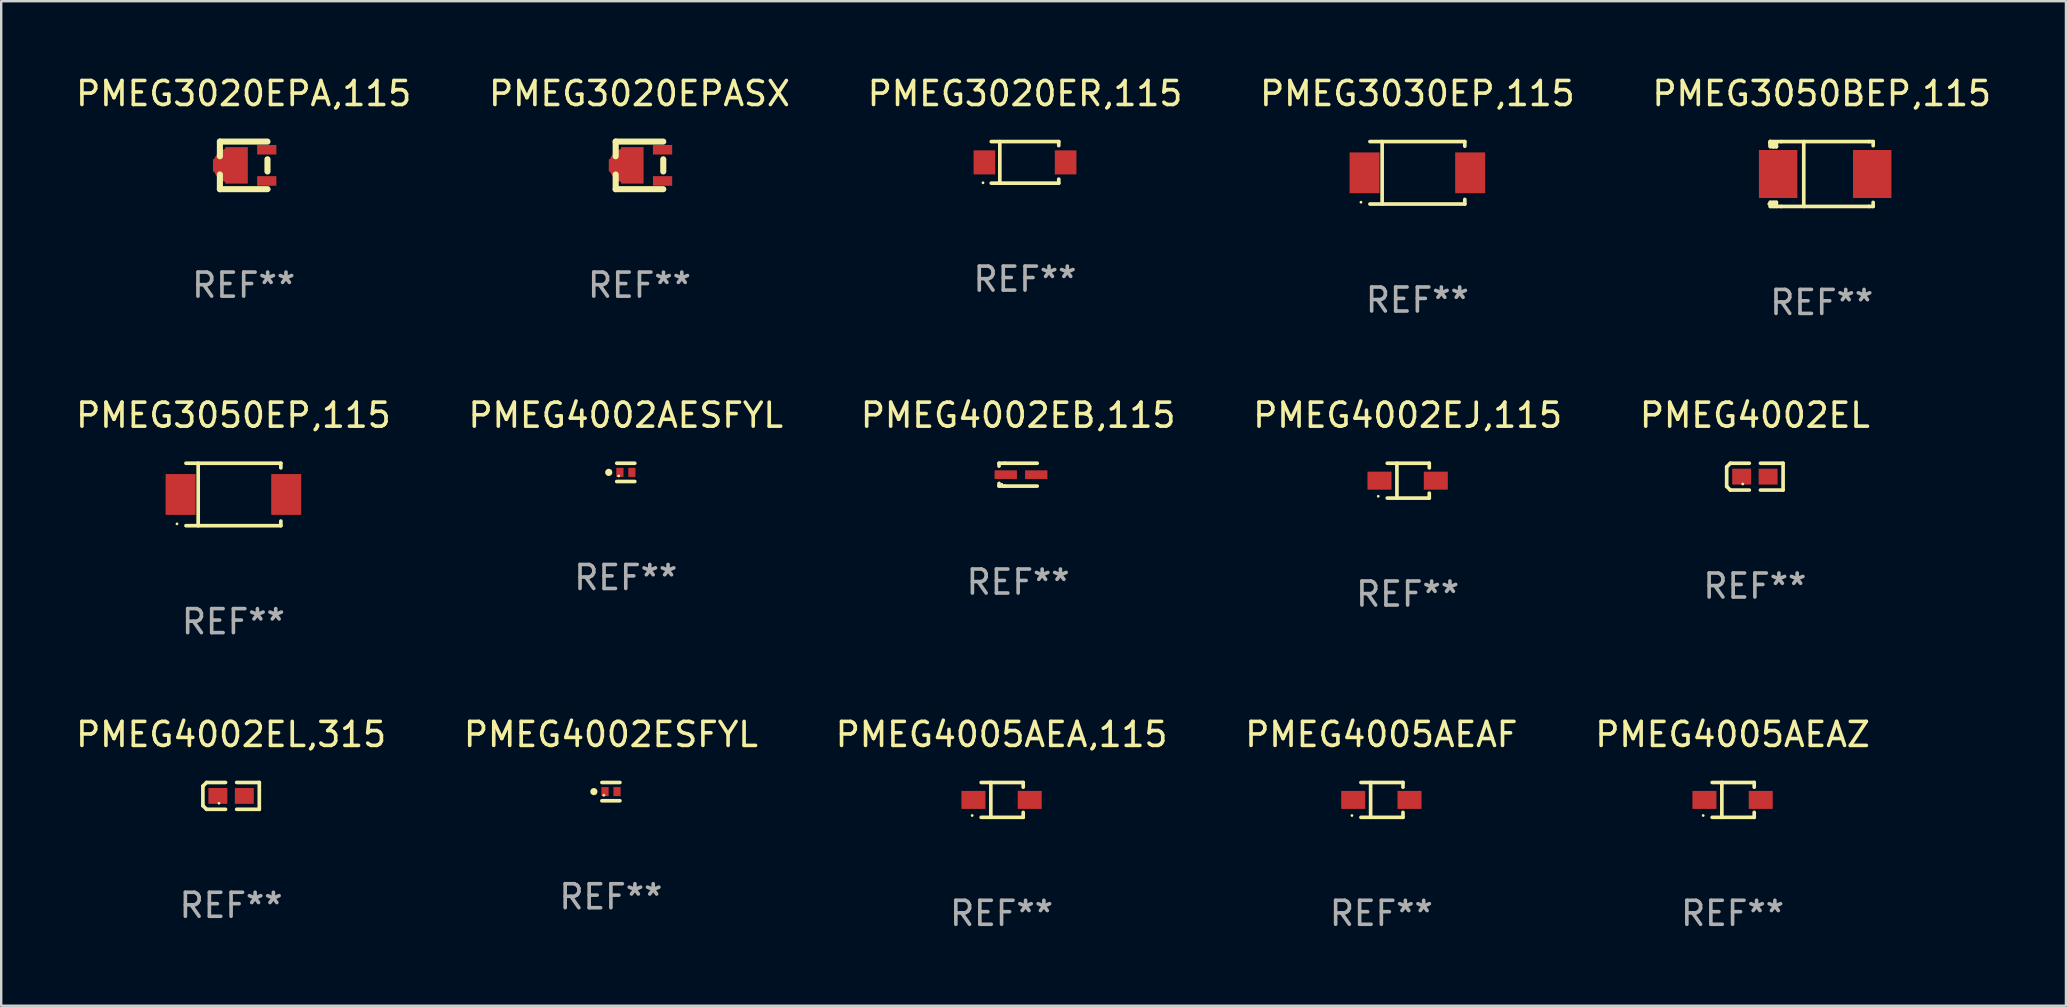
<source format=kicad_pcb>
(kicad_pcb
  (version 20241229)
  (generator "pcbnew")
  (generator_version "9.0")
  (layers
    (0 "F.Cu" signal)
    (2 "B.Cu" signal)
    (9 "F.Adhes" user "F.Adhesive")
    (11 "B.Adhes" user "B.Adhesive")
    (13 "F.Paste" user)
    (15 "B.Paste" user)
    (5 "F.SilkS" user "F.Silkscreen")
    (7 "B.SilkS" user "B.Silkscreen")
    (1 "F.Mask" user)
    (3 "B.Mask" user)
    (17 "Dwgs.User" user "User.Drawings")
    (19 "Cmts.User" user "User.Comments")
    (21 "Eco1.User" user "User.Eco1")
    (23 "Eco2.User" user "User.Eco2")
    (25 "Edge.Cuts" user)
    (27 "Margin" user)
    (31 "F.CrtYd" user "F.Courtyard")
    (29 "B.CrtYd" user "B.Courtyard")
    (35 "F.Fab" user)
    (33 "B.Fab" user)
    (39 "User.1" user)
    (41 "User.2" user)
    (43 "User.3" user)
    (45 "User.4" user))
  (footprint "PMEG4002AESFYL"
    (layer "F.Cu")
    (at 23.018 16.628)
    (property "Reference" "PMEG4002AESFYL" (at 0 -2.381 0) (layer "F.SilkS") (effects (font (size 1 1) (thickness 0.15))))
    (attr through_hole)
    (fp_line (start -0.376 -0.381) (end 0.376 -0.381) (stroke (width 0.152) (type solid)) (layer "F.SilkS"))
    (fp_line (start -0.376 0.381) (end 0.376 0.381) (stroke (width 0.152) (type solid)) (layer "F.SilkS"))
    (fp_circle (center -0.709 0) (end -0.634 0) (stroke (width 0.15) (type solid)) (fill no) (layer "F.SilkS"))
    (fp_circle (center -0.295 0.15) (end -0.265 0.15) (stroke (width 0.06) (type solid)) (fill no) (layer "F.SilkS"))
    (fp_text user "REF**" (at 0 4.381 0) (layer "F.Fab") (effects (font (size 1 1) (thickness 0.15))))
    (pad "1" smd rect (at -0.245 0) (size 0.3 0.378) (layers "F.Cu" "F.Mask" "F.Paste"))
    (pad "2" smd rect (at 0.254 0) (size 0.3 0.378) (layers "F.Cu" "F.Mask" "F.Paste")))
  (footprint "PMEG4002EJ,115"
    (layer "F.Cu")
    (at 55.589 16.973)
    (property "Reference" "PMEG4002EJ,115" (at 0 -2.726 0) (layer "F.SilkS") (effects (font (size 1 1) (thickness 0.15))))
    (attr through_hole)
    (fp_line (start -0.851 -0.726) (end 0.901 -0.726) (stroke (width 0.152) (type solid)) (layer "F.SilkS"))
    (fp_line (start -0.851 0.726) (end 0.901 0.726) (stroke (width 0.152) (type solid)) (layer "F.SilkS"))
    (fp_line (start -0.447 -0.726) (end -0.447 0.726) (stroke (width 0.152) (type solid)) (layer "F.SilkS"))
    (fp_line (start 0.901 -0.726) (end 0.901 -0.53) (stroke (width 0.152) (type solid)) (layer "F.SilkS"))
    (fp_line (start 0.901 0.726) (end 0.901 0.52) (stroke (width 0.152) (type solid)) (layer "F.SilkS"))
    (fp_circle (center -1.225 0.65) (end -1.195 0.65) (stroke (width 0.06) (type solid)) (fill no) (layer "F.SilkS"))
    (fp_text user "REF**" (at 0 4.726 0) (layer "F.Fab") (effects (font (size 1 1) (thickness 0.15))))
    (pad "1" smd rect (at -1.173 0) (size 1 0.75) (layers "F.Cu" "F.Mask" "F.Paste"))
    (pad "2" smd rect (at 1.173 0) (size 1 0.75) (layers "F.Cu" "F.Mask" "F.Paste")))
  (footprint "PMEG4002EL"
    (layer "F.Cu")
    (at 70.054 16.806)
    (property "Reference" "PMEG4002EL" (at 0 -2.559 0) (layer "F.SilkS") (effects (font (size 1 1) (thickness 0.15))))
    (attr through_hole)
    (fp_line (start -1.175 -0.407) (end -1.023 -0.559) (stroke (width 0.152) (type solid)) (layer "F.SilkS"))
    (fp_line (start -1.175 0.407) (end -1.175 -0.407) (stroke (width 0.152) (type solid)) (layer "F.SilkS"))
    (fp_line (start -1.023 -0.559) (end -0.232 -0.559) (stroke (width 0.152) (type solid)) (layer "F.SilkS"))
    (fp_line (start -1.023 0.559) (end -1.175 0.407) (stroke (width 0.152) (type solid)) (layer "F.SilkS"))
    (fp_line (start -0.232 0.559) (end -1.023 0.559) (stroke (width 0.152) (type solid)) (layer "F.SilkS"))
    (fp_line (start 0.232 0.559) (end 1.175 0.559) (stroke (width 0.152) (type solid)) (layer "F.SilkS"))
    (fp_line (start 1.175 -0.559) (end 0.232 -0.559) (stroke (width 0.152) (type solid)) (layer "F.SilkS"))
    (fp_line (start 1.175 0.559) (end 1.175 -0.559) (stroke (width 0.152) (type solid)) (layer "F.SilkS"))
    (fp_circle (center -0.506 0.306) (end -0.476 0.306) (stroke (width 0.06) (type solid)) (fill no) (layer "F.SilkS"))
    (fp_text user "REF**" (at 0 4.559 0) (layer "F.Fab") (effects (font (size 1 1) (thickness 0.15))))
    (pad "1" smd rect (at -0.551 0) (size 0.79 0.661) (layers "F.Cu" "F.Mask" "F.Paste"))
    (pad "2" smd rect (at 0.551 0) (size 0.79 0.661) (layers "F.Cu" "F.Mask" "F.Paste")))
  (footprint "PMEG3020EPASX"
    (layer "F.Cu")
    (at 23.589 3.839)
    (property "Reference" "PMEG3020EPASX" (at 0 -2.991 0) (layer "F.SilkS") (effects (font (size 1 1) (thickness 0.15))))
    (attr through_hole)
    (fp_line (start -0.991 -0.991) (end -0.991 -0.381) (stroke (width 0.254) (type solid)) (layer "F.SilkS"))
    (fp_line (start -0.991 0.381) (end -0.991 0.991) (stroke (width 0.254) (type solid)) (layer "F.SilkS"))
    (fp_line (start -0.991 0.991) (end 0.991 0.991) (stroke (width 0.254) (type solid)) (layer "F.SilkS"))
    (fp_line (start 0.991 -0.991) (end -0.991 -0.991) (stroke (width 0.254) (type solid)) (layer "F.SilkS"))
    (fp_line (start 0.991 -0.254) (end 0.991 0.254) (stroke (width 0.254) (type solid)) (layer "F.SilkS"))
    (fp_circle (center 1.054 0.999) (end 1.084 0.999) (stroke (width 0.06) (type solid)) (fill no) (layer "F.SilkS"))
    (fp_text user "REF**" (at 0 4.991 0) (layer "F.Fab") (effects (font (size 1 1) (thickness 0.15))))
    (pad "1" smd rect (at 0.962 0.649 270) (size 0.399 0.8) (layers "F.Cu" "F.Mask" "F.Paste"))
    (pad "2" smd rect (at 0.962 -0.651 270) (size 0.399 0.8) (layers "F.Cu" "F.Mask" "F.Paste"))
    (pad "3" smd custom (at -0.553 -0.001) (size 1.45 1.52) (layers "F.Cu" "F.Mask" "F.Paste") (options (anchor circle)) (primitives (gr_poly (pts (xy -0.725 -0.26) (xy -0.225 -0.26) (xy -0.215 -0.26) (xy -0.215 -0.76) (xy 0.725 -0.76) (xy 0.725 0.75) (xy 0.725 0.76) (xy -0.205 0.76) (xy -0.215 0.76) (xy -0.215 0.75) (xy -0.215 0.26) (xy -0.725 0.26)) (width 0) (fill yes)))))
  (footprint "PMEG3050BEP,115"
    (layer "F.Cu")
    (at 72.839 4.199)
    (property "Reference" "PMEG3050BEP,115" (at 0 -3.351 0) (layer "F.SilkS") (effects (font (size 1 1) (thickness 0.15))))
    (attr through_hole)
    (fp_line (start -2.143 -1.351) (end -2.143 -1.27) (stroke (width 0.152) (type solid)) (layer "F.SilkS"))
    (fp_line (start -2.143 -1.351) (end -2.143 -1.143) (stroke (width 0.152) (type solid)) (layer "F.SilkS"))
    (fp_line (start -2.143 -1.27) (end -2.016 -1.27) (stroke (width 0.152) (type solid)) (layer "F.SilkS"))
    (fp_line (start -2.143 -1.18) (end -2.143 -1.351) (stroke (width 0.152) (type solid)) (layer "F.SilkS"))
    (fp_line (start -2.143 -1.143) (end -2.016 -1.143) (stroke (width 0.152) (type solid)) (layer "F.SilkS"))
    (fp_line (start -2.143 1.351) (end -2.143 1.18) (stroke (width 0.152) (type solid)) (layer "F.SilkS"))
    (fp_line (start -2.016 -1.27) (end -2.016 -1.18) (stroke (width 0.152) (type solid)) (layer "F.SilkS"))
    (fp_line (start -2.016 -1.18) (end -1.897 -1.18) (stroke (width 0.152) (type solid)) (layer "F.SilkS"))
    (fp_line (start -2.016 -1.143) (end -2.016 -1.18) (stroke (width 0.152) (type solid)) (layer "F.SilkS"))
    (fp_line (start -2.016 -1.143) (end -2.007 -1.143) (stroke (width 0.152) (type solid)) (layer "F.SilkS"))
    (fp_line (start -2.007 -1.143) (end -2.007 -1.143) (stroke (width 0.152) (type solid)) (layer "F.SilkS"))
    (fp_line (start -2.007 1.18) (end -2.007 1.351) (stroke (width 0.152) (type solid)) (layer "F.SilkS"))
    (fp_line (start -1.89 -1.143) (end -1.89 -1.143) (stroke (width 0.152) (type solid)) (layer "F.SilkS"))
    (fp_line (start -1.89 1.18) (end -2.143 1.18) (stroke (width 0.152) (type solid)) (layer "F.SilkS"))
    (fp_line (start -1.89 1.18) (end -1.89 1.351) (stroke (width 0.152) (type solid)) (layer "F.SilkS"))
    (fp_line (start -1.889 -1.143) (end -2.016 -1.143) (stroke (width 0.152) (type solid)) (layer "F.SilkS"))
    (fp_line (start -1.889 -1.143) (end -1.89 -1.143) (stroke (width 0.152) (type solid)) (layer "F.SilkS"))
    (fp_line (start -1.889 -1.143) (end -1.889 -1.314) (stroke (width 0.152) (type solid)) (layer "F.SilkS"))
    (fp_line (start -1.683 -1.351) (end -2.143 -1.351) (stroke (width 0.152) (type solid)) (layer "F.SilkS"))
    (fp_line (start -1.683 -1.351) (end 1.969 -1.351) (stroke (width 0.152) (type solid)) (layer "F.SilkS"))
    (fp_line (start -1.683 1.351) (end -2.143 1.351) (stroke (width 0.152) (type solid)) (layer "F.SilkS"))
    (fp_line (start -1.683 1.351) (end 1.969 1.351) (stroke (width 0.152) (type solid)) (layer "F.SilkS"))
    (fp_line (start -0.749 -1.351) (end -0.749 1.351) (stroke (width 0.152) (type solid)) (layer "F.SilkS"))
    (fp_line (start 1.969 -1.351) (end 2.143 -1.351) (stroke (width 0.152) (type solid)) (layer "F.SilkS"))
    (fp_line (start 2.142 1.181) (end 2.142 1.351) (stroke (width 0.152) (type solid)) (layer "F.SilkS"))
    (fp_line (start 2.142 1.351) (end 1.969 1.351) (stroke (width 0.152) (type solid)) (layer "F.SilkS"))
    (fp_line (start 2.143 -1.351) (end 2.143 -1.18) (stroke (width 0.152) (type solid)) (layer "F.SilkS"))
    (fp_circle (center -2.207 1.25) (end -2.177 1.25) (stroke (width 0.06) (type solid)) (fill no) (layer "F.SilkS"))
    (fp_text user "REF**" (at 0 5.351 0) (layer "F.Fab") (effects (font (size 1 1) (thickness 0.15))))
    (pad "1" smd rect (at -1.817 0.000102) (size 1.6 2) (layers "F.Cu" "F.Mask" "F.Paste"))
    (pad "2" smd rect (at 2.103 0.000102) (size 1.6 2) (layers "F.Cu" "F.Mask" "F.Paste")))
  (footprint "PMEG4005AEAZ"
    (layer "F.Cu")
    (at 69.125 30.272)
    (property "Reference" "PMEG4005AEAZ" (at 0 -2.726 0) (layer "F.SilkS") (effects (font (size 1 1) (thickness 0.15))))
    (attr through_hole)
    (fp_line (start -0.851 -0.726) (end 0.901 -0.726) (stroke (width 0.152) (type solid)) (layer "F.SilkS"))
    (fp_line (start -0.851 0.726) (end 0.901 0.726) (stroke (width 0.152) (type solid)) (layer "F.SilkS"))
    (fp_line (start -0.447 -0.726) (end -0.447 0.726) (stroke (width 0.152) (type solid)) (layer "F.SilkS"))
    (fp_line (start 0.901 -0.726) (end 0.901 -0.53) (stroke (width 0.152) (type solid)) (layer "F.SilkS"))
    (fp_line (start 0.901 0.726) (end 0.901 0.52) (stroke (width 0.152) (type solid)) (layer "F.SilkS"))
    (fp_circle (center -1.225 0.65) (end -1.195 0.65) (stroke (width 0.06) (type solid)) (fill no) (layer "F.SilkS"))
    (fp_text user "REF**" (at 0 4.726 0) (layer "F.Fab") (effects (font (size 1 1) (thickness 0.15))))
    (pad "1" smd rect (at -1.173 0) (size 1 0.75) (layers "F.Cu" "F.Mask" "F.Paste"))
    (pad "2" smd rect (at 1.173 0) (size 1 0.75) (layers "F.Cu" "F.Mask" "F.Paste")))
  (footprint "PMEG3050EP,115"
    (layer "F.Cu")
    (at 6.673 17.548)
    (property "Reference" "PMEG3050EP,115" (at 0 -3.301 0) (layer "F.SilkS") (effects (font (size 1 1) (thickness 0.15))))
    (attr through_hole)
    (fp_line (start -1.976 -1.301) (end 1.976 -1.301) (stroke (width 0.152) (type solid)) (layer "F.SilkS"))
    (fp_line (start -1.976 1.301) (end 1.976 1.301) (stroke (width 0.152) (type solid)) (layer "F.SilkS"))
    (fp_line (start -1.467 -1.301) (end -1.467 1.301) (stroke (width 0.152) (type solid)) (layer "F.SilkS"))
    (fp_line (start 1.976 -1.301) (end 1.976 -1.108) (stroke (width 0.152) (type solid)) (layer "F.SilkS"))
    (fp_line (start 1.976 1.301) (end 1.976 1.108) (stroke (width 0.152) (type solid)) (layer "F.SilkS"))
    (fp_circle (center -2.35 1.225) (end -2.32 1.225) (stroke (width 0.06) (type solid)) (fill no) (layer "F.SilkS"))
    (fp_text user "REF**" (at 0 5.301 0) (layer "F.Fab") (effects (font (size 1 1) (thickness 0.15))))
    (pad "1" smd rect (at -2.2 0 180) (size 1.25 1.7) (layers "F.Cu" "F.Mask" "F.Paste"))
    (pad "2" smd rect (at 2.2 0 180) (size 1.25 1.7) (layers "F.Cu" "F.Mask" "F.Paste")))
  (footprint "PMEG3020EPA,115"
    (layer "F.Cu")
    (at 7.101 3.839)
    (property "Reference" "PMEG3020EPA,115" (at 0 -2.991 0) (layer "F.SilkS") (effects (font (size 1 1) (thickness 0.15))))
    (attr through_hole)
    (fp_line (start -0.991 -0.991) (end -0.991 -0.381) (stroke (width 0.254) (type solid)) (layer "F.SilkS"))
    (fp_line (start -0.991 0.381) (end -0.991 0.991) (stroke (width 0.254) (type solid)) (layer "F.SilkS"))
    (fp_line (start -0.991 0.991) (end 0.991 0.991) (stroke (width 0.254) (type solid)) (layer "F.SilkS"))
    (fp_line (start 0.991 -0.991) (end -0.991 -0.991) (stroke (width 0.254) (type solid)) (layer "F.SilkS"))
    (fp_line (start 0.991 -0.254) (end 0.991 0.254) (stroke (width 0.254) (type solid)) (layer "F.SilkS"))
    (fp_circle (center 1.054 0.999) (end 1.084 0.999) (stroke (width 0.06) (type solid)) (fill no) (layer "F.SilkS"))
    (fp_text user "REF**" (at 0 4.991 0) (layer "F.Fab") (effects (font (size 1 1) (thickness 0.15))))
    (pad "1" smd rect (at 0.962 0.649 270) (size 0.399 0.8) (layers "F.Cu" "F.Mask" "F.Paste"))
    (pad "2" smd rect (at 0.962 -0.651 270) (size 0.399 0.8) (layers "F.Cu" "F.Mask" "F.Paste"))
    (pad "3" smd custom (at -0.553 -0.001) (size 1.45 1.52) (layers "F.Cu" "F.Mask" "F.Paste") (options (anchor circle)) (primitives (gr_poly (pts (xy -0.725 -0.26) (xy -0.225 -0.26) (xy -0.215 -0.26) (xy -0.215 -0.76) (xy 0.725 -0.76) (xy 0.725 0.75) (xy 0.725 0.76) (xy -0.205 0.76) (xy -0.215 0.76) (xy -0.215 0.75) (xy -0.215 0.26) (xy -0.725 0.26)) (width 0) (fill yes)))))
  (footprint "PMEG4002ESFYL"
    (layer "F.Cu")
    (at 22.399 29.927)
    (property "Reference" "PMEG4002ESFYL" (at 0 -2.381 0) (layer "F.SilkS") (effects (font (size 1 1) (thickness 0.15))))
    (attr through_hole)
    (fp_line (start -0.376 -0.381) (end 0.376 -0.381) (stroke (width 0.152) (type solid)) (layer "F.SilkS"))
    (fp_line (start -0.376 0.381) (end 0.376 0.381) (stroke (width 0.152) (type solid)) (layer "F.SilkS"))
    (fp_circle (center -0.709 0) (end -0.634 0) (stroke (width 0.15) (type solid)) (fill no) (layer "F.SilkS"))
    (fp_circle (center -0.295 0.15) (end -0.265 0.15) (stroke (width 0.06) (type solid)) (fill no) (layer "F.SilkS"))
    (fp_text user "REF**" (at 0 4.381 0) (layer "F.Fab") (effects (font (size 1 1) (thickness 0.15))))
    (pad "1" smd rect (at -0.245 0) (size 0.3 0.378) (layers "F.Cu" "F.Mask" "F.Paste"))
    (pad "2" smd rect (at 0.254 0) (size 0.3 0.378) (layers "F.Cu" "F.Mask" "F.Paste")))
  (footprint "PMEG3020ER,115"
    (layer "F.Cu")
    (at 39.649 3.714)
    (property "Reference" "PMEG3020ER,115" (at 0 -2.866 0) (layer "F.SilkS") (effects (font (size 1 1) (thickness 0.15))))
    (attr through_hole)
    (fp_line (start -1.406 -0.866) (end 1.406 -0.866) (stroke (width 0.152) (type solid)) (layer "F.SilkS"))
    (fp_line (start -1.406 0.866) (end 1.406 0.866) (stroke (width 0.152) (type solid)) (layer "F.SilkS"))
    (fp_line (start -1.049 -0.866) (end -1.049 0.866) (stroke (width 0.152) (type solid)) (layer "F.SilkS"))
    (fp_line (start 1.406 -0.866) (end 1.406 -0.698) (stroke (width 0.152) (type solid)) (layer "F.SilkS"))
    (fp_line (start 1.406 0.866) (end 1.406 0.698) (stroke (width 0.152) (type solid)) (layer "F.SilkS"))
    (fp_circle (center -1.75 0.85) (end -1.72 0.85) (stroke (width 0.06) (type solid)) (fill no) (layer "F.SilkS"))
    (fp_text user "REF**" (at 0 4.866 0) (layer "F.Fab") (effects (font (size 1 1) (thickness 0.15))))
    (pad "1" smd rect (at -1.692 0) (size 0.9 1) (layers "F.Cu" "F.Mask" "F.Paste"))
    (pad "2" smd rect (at 1.692 0) (size 0.9 1) (layers "F.Cu" "F.Mask" "F.Paste")))
  (footprint "PMEG3030EP,115"
    (layer "F.Cu")
    (at 55.994 4.149)
    (property "Reference" "PMEG3030EP,115" (at 0 -3.301 0) (layer "F.SilkS") (effects (font (size 1 1) (thickness 0.15))))
    (attr through_hole)
    (fp_line (start -1.976 -1.301) (end 1.976 -1.301) (stroke (width 0.152) (type solid)) (layer "F.SilkS"))
    (fp_line (start -1.976 1.301) (end 1.976 1.301) (stroke (width 0.152) (type solid)) (layer "F.SilkS"))
    (fp_line (start -1.467 -1.301) (end -1.467 1.301) (stroke (width 0.152) (type solid)) (layer "F.SilkS"))
    (fp_line (start 1.976 -1.301) (end 1.976 -1.108) (stroke (width 0.152) (type solid)) (layer "F.SilkS"))
    (fp_line (start 1.976 1.301) (end 1.976 1.108) (stroke (width 0.152) (type solid)) (layer "F.SilkS"))
    (fp_circle (center -2.35 1.225) (end -2.32 1.225) (stroke (width 0.06) (type solid)) (fill no) (layer "F.SilkS"))
    (fp_text user "REF**" (at 0 5.301 0) (layer "F.Fab") (effects (font (size 1 1) (thickness 0.15))))
    (pad "1" smd rect (at -2.2 0 180) (size 1.25 1.7) (layers "F.Cu" "F.Mask" "F.Paste"))
    (pad "2" smd rect (at 2.2 0 180) (size 1.25 1.7) (layers "F.Cu" "F.Mask" "F.Paste")))
  (footprint "PMEG4002EL,315"
    (layer "F.Cu")
    (at 6.577 30.105)
    (property "Reference" "PMEG4002EL,315" (at 0 -2.559 0) (layer "F.SilkS") (effects (font (size 1 1) (thickness 0.15))))
    (attr through_hole)
    (fp_line (start -1.175 -0.407) (end -1.023 -0.559) (stroke (width 0.152) (type solid)) (layer "F.SilkS"))
    (fp_line (start -1.175 0.407) (end -1.175 -0.407) (stroke (width 0.152) (type solid)) (layer "F.SilkS"))
    (fp_line (start -1.023 -0.559) (end -0.232 -0.559) (stroke (width 0.152) (type solid)) (layer "F.SilkS"))
    (fp_line (start -1.023 0.559) (end -1.175 0.407) (stroke (width 0.152) (type solid)) (layer "F.SilkS"))
    (fp_line (start -0.232 0.559) (end -1.023 0.559) (stroke (width 0.152) (type solid)) (layer "F.SilkS"))
    (fp_line (start 0.232 0.559) (end 1.175 0.559) (stroke (width 0.152) (type solid)) (layer "F.SilkS"))
    (fp_line (start 1.175 -0.559) (end 0.232 -0.559) (stroke (width 0.152) (type solid)) (layer "F.SilkS"))
    (fp_line (start 1.175 0.559) (end 1.175 -0.559) (stroke (width 0.152) (type solid)) (layer "F.SilkS"))
    (fp_circle (center -0.506 0.306) (end -0.476 0.306) (stroke (width 0.06) (type solid)) (fill no) (layer "F.SilkS"))
    (fp_text user "REF**" (at 0 4.559 0) (layer "F.Fab") (effects (font (size 1 1) (thickness 0.15))))
    (pad "1" smd rect (at -0.551 0) (size 0.79 0.661) (layers "F.Cu" "F.Mask" "F.Paste"))
    (pad "2" smd rect (at 0.551 0) (size 0.79 0.661) (layers "F.Cu" "F.Mask" "F.Paste")))
  (footprint "PMEG4005AEA,115"
    (layer "F.Cu")
    (at 38.673 30.272)
    (property "Reference" "PMEG4005AEA,115" (at 0 -2.726 0) (layer "F.SilkS") (effects (font (size 1 1) (thickness 0.15))))
    (attr through_hole)
    (fp_line (start -0.851 -0.726) (end 0.901 -0.726) (stroke (width 0.152) (type solid)) (layer "F.SilkS"))
    (fp_line (start -0.851 0.726) (end 0.901 0.726) (stroke (width 0.152) (type solid)) (layer "F.SilkS"))
    (fp_line (start -0.447 -0.726) (end -0.447 0.726) (stroke (width 0.152) (type solid)) (layer "F.SilkS"))
    (fp_line (start 0.901 -0.726) (end 0.901 -0.53) (stroke (width 0.152) (type solid)) (layer "F.SilkS"))
    (fp_line (start 0.901 0.726) (end 0.901 0.52) (stroke (width 0.152) (type solid)) (layer "F.SilkS"))
    (fp_circle (center -1.225 0.65) (end -1.195 0.65) (stroke (width 0.06) (type solid)) (fill no) (layer "F.SilkS"))
    (fp_text user "REF**" (at 0 4.726 0) (layer "F.Fab") (effects (font (size 1 1) (thickness 0.15))))
    (pad "1" smd rect (at -1.173 0) (size 1 0.75) (layers "F.Cu" "F.Mask" "F.Paste"))
    (pad "2" smd rect (at 1.173 0) (size 1 0.75) (layers "F.Cu" "F.Mask" "F.Paste")))
  (footprint "PMEG4002EB,115"
    (layer "F.Cu")
    (at 39.363 16.723)
    (property "Reference" "PMEG4002EB,115" (at 0 -2.476 0) (layer "F.SilkS") (effects (font (size 1 1) (thickness 0.15))))
    (attr through_hole)
    (fp_line (start -0.795 -0.476) (end -0.795 -0.356) (stroke (width 0.152) (type solid)) (layer "F.SilkS"))
    (fp_line (start -0.795 0.363) (end -0.795 0.476) (stroke (width 0.152) (type solid)) (layer "F.SilkS"))
    (fp_line (start -0.795 0.476) (end -0.557 0.476) (stroke (width 0.152) (type solid)) (layer "F.SilkS"))
    (fp_line (start -0.557 -0.476) (end -0.795 -0.476) (stroke (width 0.152) (type solid)) (layer "F.SilkS"))
    (fp_line (start -0.557 -0.476) (end 0.795 -0.476) (stroke (width 0.152) (type solid)) (layer "F.SilkS"))
    (fp_line (start -0.557 0.476) (end 0.795 0.476) (stroke (width 0.152) (type solid)) (layer "F.SilkS"))
    (fp_circle (center -0.681 0.4) (end -0.651 0.4) (stroke (width 0.06) (type solid)) (fill no) (layer "F.SilkS"))
    (fp_text user "REF**" (at 0 4.476 0) (layer "F.Fab") (effects (font (size 1 1) (thickness 0.15))))
    (pad "1" smd rect (at -0.516 0 180) (size 0.93 0.36) (layers "F.Cu" "F.Mask" "F.Paste"))
    (pad "2" smd rect (at 0.754 0 180) (size 0.93 0.36) (layers "F.Cu" "F.Mask" "F.Paste")))
  (footprint "PMEG4005AEAF"
    (layer "F.Cu")
    (at 54.494 30.272)
    (property "Reference" "PMEG4005AEAF" (at 0 -2.726 0) (layer "F.SilkS") (effects (font (size 1 1) (thickness 0.15))))
    (attr through_hole)
    (fp_line (start -0.851 -0.726) (end 0.901 -0.726) (stroke (width 0.152) (type solid)) (layer "F.SilkS"))
    (fp_line (start -0.851 0.726) (end 0.901 0.726) (stroke (width 0.152) (type solid)) (layer "F.SilkS"))
    (fp_line (start -0.447 -0.726) (end -0.447 0.726) (stroke (width 0.152) (type solid)) (layer "F.SilkS"))
    (fp_line (start 0.901 -0.726) (end 0.901 -0.53) (stroke (width 0.152) (type solid)) (layer "F.SilkS"))
    (fp_line (start 0.901 0.726) (end 0.901 0.52) (stroke (width 0.152) (type solid)) (layer "F.SilkS"))
    (fp_circle (center -1.225 0.65) (end -1.195 0.65) (stroke (width 0.06) (type solid)) (fill no) (layer "F.SilkS"))
    (fp_text user "REF**" (at 0 4.726 0) (layer "F.Fab") (effects (font (size 1 1) (thickness 0.15))))
    (pad "1" smd rect (at -1.173 0) (size 1 0.75) (layers "F.Cu" "F.Mask" "F.Paste"))
    (pad "2" smd rect (at 1.173 0) (size 1 0.75) (layers "F.Cu" "F.Mask" "F.Paste")))
  (gr_rect
    (start -3 -3)
    (end 83.012 38.847)
    (stroke (width 0.1) (type default))
    (fill no)
    (layer "Edge.Cuts")))
</source>
